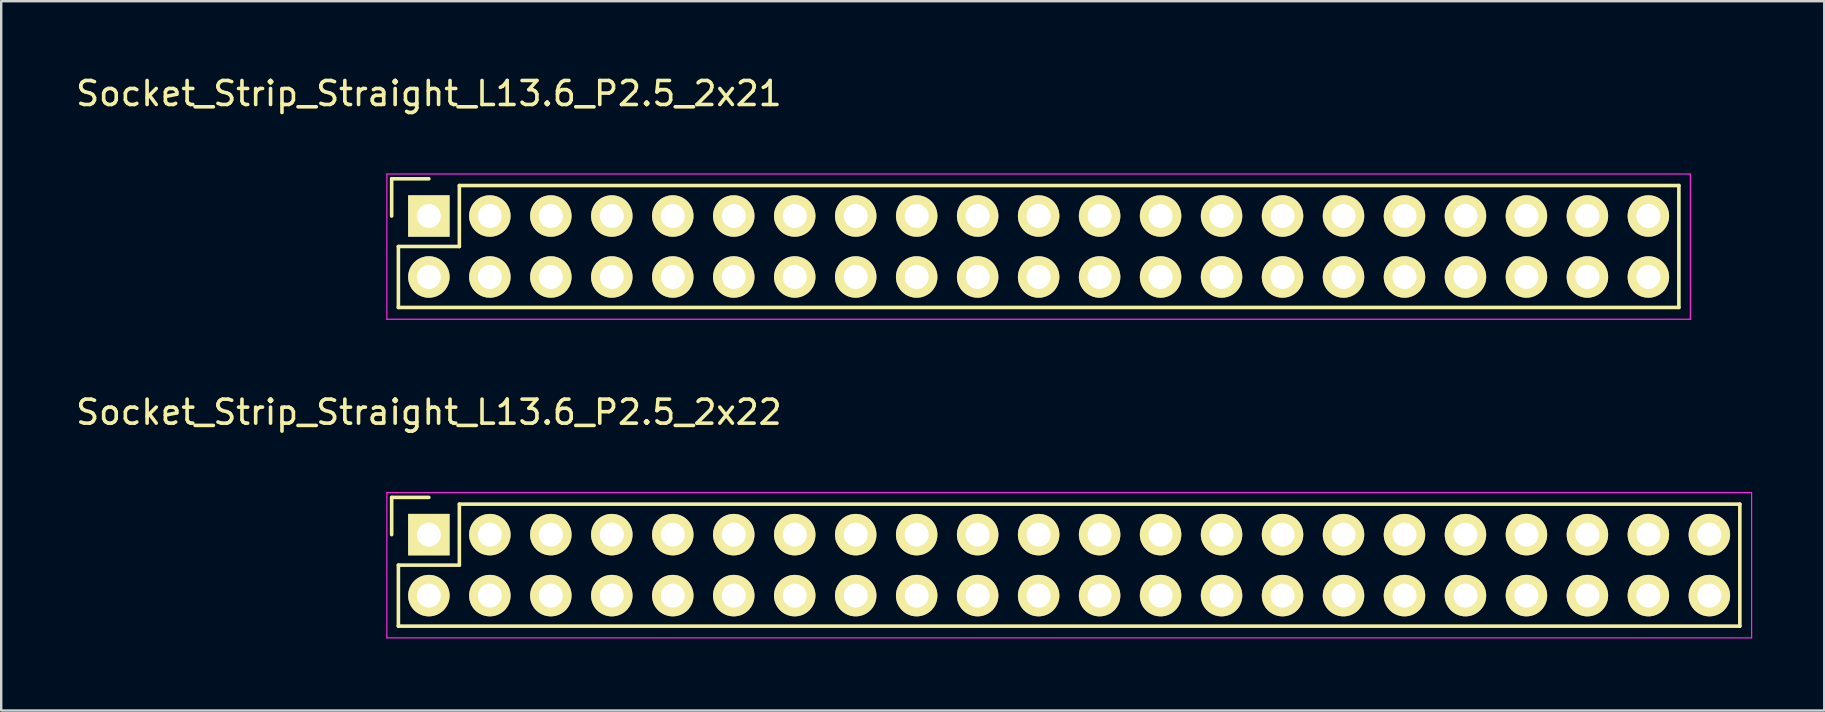
<source format=kicad_pcb>
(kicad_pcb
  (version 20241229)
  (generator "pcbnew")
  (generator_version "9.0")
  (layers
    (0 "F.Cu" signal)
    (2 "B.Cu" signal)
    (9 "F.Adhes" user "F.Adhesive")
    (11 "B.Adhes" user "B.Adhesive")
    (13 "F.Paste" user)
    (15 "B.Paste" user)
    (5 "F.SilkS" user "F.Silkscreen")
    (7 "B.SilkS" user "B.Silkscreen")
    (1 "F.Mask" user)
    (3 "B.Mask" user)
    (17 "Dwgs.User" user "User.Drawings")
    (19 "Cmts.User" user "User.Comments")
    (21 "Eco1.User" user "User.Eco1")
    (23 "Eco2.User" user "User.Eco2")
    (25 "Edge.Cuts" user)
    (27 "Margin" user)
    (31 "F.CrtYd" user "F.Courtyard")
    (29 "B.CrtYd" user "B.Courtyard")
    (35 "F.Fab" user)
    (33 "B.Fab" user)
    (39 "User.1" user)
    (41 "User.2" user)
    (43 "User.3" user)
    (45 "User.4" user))
  (footprint "Socket_Strip_Straight_L13.6_P2.5_2x21"
    (layer "F.Cu")
    (at 14.815 5.948)
    (property "Reference" "Socket_Strip_Straight_L13.6_P2.5_2x21" (at 0 -5.1 0) (layer "F.SilkS") (effects (font (size 1 1) (thickness 0.15))))
    (attr through_hole)
    (fp_line (start -1.55 -1.55) (end -1.55 0) (stroke (width 0.15) (type solid)) (layer "F.SilkS"))
    (fp_line (start -1.27 1.27) (end 1.27 1.27) (stroke (width 0.15) (type solid)) (layer "F.SilkS"))
    (fp_line (start -1.27 3.81) (end -1.27 1.27) (stroke (width 0.15) (type solid)) (layer "F.SilkS"))
    (fp_line (start 0 -1.55) (end -1.55 -1.55) (stroke (width 0.15) (type solid)) (layer "F.SilkS"))
    (fp_line (start 1.27 -1.27) (end 52.07 -1.27) (stroke (width 0.15) (type solid)) (layer "F.SilkS"))
    (fp_line (start 1.27 1.27) (end 1.27 -1.27) (stroke (width 0.15) (type solid)) (layer "F.SilkS"))
    (fp_line (start 52.07 3.81) (end -1.27 3.81) (stroke (width 0.15) (type solid)) (layer "F.SilkS"))
    (fp_line (start 52.07 3.81) (end 52.07 -1.27) (stroke (width 0.15) (type solid)) (layer "F.SilkS"))
    (fp_line (start -1.75 -1.75) (end -1.75 4.3) (stroke (width 0.05) (type solid)) (layer "F.CrtYd"))
    (fp_line (start -1.75 -1.75) (end 52.55 -1.75) (stroke (width 0.05) (type solid)) (layer "F.CrtYd"))
    (fp_line (start -1.75 4.3) (end 52.55 4.3) (stroke (width 0.05) (type solid)) (layer "F.CrtYd"))
    (fp_line (start 52.55 -1.75) (end 52.55 4.3) (stroke (width 0.05) (type solid)) (layer "F.CrtYd"))
    (pad "1" thru_hole rect (at 0 0) (size 1.727 1.727) (drill 1) (layers "*.Cu" "*.Mask" "F.SilkS"))
    (pad "2" thru_hole oval (at 0 2.54) (size 1.727 1.727) (drill 1) (layers "*.Cu" "*.Mask" "F.SilkS"))
    (pad "3" thru_hole oval (at 2.54 0) (size 1.727 1.727) (drill 1) (layers "*.Cu" "*.Mask" "F.SilkS"))
    (pad "4" thru_hole oval (at 2.54 2.54) (size 1.727 1.727) (drill 1) (layers "*.Cu" "*.Mask" "F.SilkS"))
    (pad "5" thru_hole oval (at 5.08 0) (size 1.727 1.727) (drill 1) (layers "*.Cu" "*.Mask" "F.SilkS"))
    (pad "6" thru_hole oval (at 5.08 2.54) (size 1.727 1.727) (drill 1) (layers "*.Cu" "*.Mask" "F.SilkS"))
    (pad "7" thru_hole oval (at 7.62 0) (size 1.727 1.727) (drill 1) (layers "*.Cu" "*.Mask" "F.SilkS"))
    (pad "8" thru_hole oval (at 7.62 2.54) (size 1.727 1.727) (drill 1) (layers "*.Cu" "*.Mask" "F.SilkS"))
    (pad "9" thru_hole oval (at 10.16 0) (size 1.727 1.727) (drill 1) (layers "*.Cu" "*.Mask" "F.SilkS"))
    (pad "10" thru_hole oval (at 10.16 2.54) (size 1.727 1.727) (drill 1) (layers "*.Cu" "*.Mask" "F.SilkS"))
    (pad "11" thru_hole oval (at 12.7 0) (size 1.727 1.727) (drill 1) (layers "*.Cu" "*.Mask" "F.SilkS"))
    (pad "12" thru_hole oval (at 12.7 2.54) (size 1.727 1.727) (drill 1) (layers "*.Cu" "*.Mask" "F.SilkS"))
    (pad "13" thru_hole oval (at 15.24 0) (size 1.727 1.727) (drill 1) (layers "*.Cu" "*.Mask" "F.SilkS"))
    (pad "14" thru_hole oval (at 15.24 2.54) (size 1.727 1.727) (drill 1) (layers "*.Cu" "*.Mask" "F.SilkS"))
    (pad "15" thru_hole oval (at 17.78 0) (size 1.727 1.727) (drill 1) (layers "*.Cu" "*.Mask" "F.SilkS"))
    (pad "16" thru_hole oval (at 17.78 2.54) (size 1.727 1.727) (drill 1) (layers "*.Cu" "*.Mask" "F.SilkS"))
    (pad "17" thru_hole oval (at 20.32 0) (size 1.727 1.727) (drill 1) (layers "*.Cu" "*.Mask" "F.SilkS"))
    (pad "18" thru_hole oval (at 20.32 2.54) (size 1.727 1.727) (drill 1) (layers "*.Cu" "*.Mask" "F.SilkS"))
    (pad "19" thru_hole oval (at 22.86 0) (size 1.727 1.727) (drill 1) (layers "*.Cu" "*.Mask" "F.SilkS"))
    (pad "20" thru_hole oval (at 22.86 2.54) (size 1.727 1.727) (drill 1) (layers "*.Cu" "*.Mask" "F.SilkS"))
    (pad "21" thru_hole oval (at 25.4 0) (size 1.727 1.727) (drill 1) (layers "*.Cu" "*.Mask" "F.SilkS"))
    (pad "22" thru_hole oval (at 25.4 2.54) (size 1.727 1.727) (drill 1) (layers "*.Cu" "*.Mask" "F.SilkS"))
    (pad "23" thru_hole oval (at 27.94 0) (size 1.727 1.727) (drill 1) (layers "*.Cu" "*.Mask" "F.SilkS"))
    (pad "24" thru_hole oval (at 27.94 2.54) (size 1.727 1.727) (drill 1) (layers "*.Cu" "*.Mask" "F.SilkS"))
    (pad "25" thru_hole oval (at 30.48 0) (size 1.727 1.727) (drill 1) (layers "*.Cu" "*.Mask" "F.SilkS"))
    (pad "26" thru_hole oval (at 30.48 2.54) (size 1.727 1.727) (drill 1) (layers "*.Cu" "*.Mask" "F.SilkS"))
    (pad "27" thru_hole oval (at 33.02 0) (size 1.727 1.727) (drill 1) (layers "*.Cu" "*.Mask" "F.SilkS"))
    (pad "28" thru_hole oval (at 33.02 2.54) (size 1.727 1.727) (drill 1) (layers "*.Cu" "*.Mask" "F.SilkS"))
    (pad "29" thru_hole oval (at 35.56 0) (size 1.727 1.727) (drill 1) (layers "*.Cu" "*.Mask" "F.SilkS"))
    (pad "30" thru_hole oval (at 35.56 2.54) (size 1.727 1.727) (drill 1) (layers "*.Cu" "*.Mask" "F.SilkS"))
    (pad "31" thru_hole oval (at 38.1 0) (size 1.727 1.727) (drill 1) (layers "*.Cu" "*.Mask" "F.SilkS"))
    (pad "32" thru_hole oval (at 38.1 2.54) (size 1.727 1.727) (drill 1) (layers "*.Cu" "*.Mask" "F.SilkS"))
    (pad "33" thru_hole oval (at 40.64 0) (size 1.727 1.727) (drill 1) (layers "*.Cu" "*.Mask" "F.SilkS"))
    (pad "34" thru_hole oval (at 40.64 2.54) (size 1.727 1.727) (drill 1) (layers "*.Cu" "*.Mask" "F.SilkS"))
    (pad "35" thru_hole oval (at 43.18 0) (size 1.727 1.727) (drill 1) (layers "*.Cu" "*.Mask" "F.SilkS"))
    (pad "36" thru_hole oval (at 43.18 2.54) (size 1.727 1.727) (drill 1) (layers "*.Cu" "*.Mask" "F.SilkS"))
    (pad "37" thru_hole oval (at 45.72 0) (size 1.727 1.727) (drill 1) (layers "*.Cu" "*.Mask" "F.SilkS"))
    (pad "38" thru_hole oval (at 45.72 2.54) (size 1.727 1.727) (drill 1) (layers "*.Cu" "*.Mask" "F.SilkS"))
    (pad "39" thru_hole oval (at 48.26 0) (size 1.727 1.727) (drill 1) (layers "*.Cu" "*.Mask" "F.SilkS"))
    (pad "40" thru_hole oval (at 48.26 2.54) (size 1.727 1.727) (drill 1) (layers "*.Cu" "*.Mask" "F.SilkS"))
    (pad "41" thru_hole oval (at 50.8 0) (size 1.727 1.727) (drill 1) (layers "*.Cu" "*.Mask" "F.SilkS"))
    (pad "42" thru_hole oval (at 50.8 2.54) (size 1.727 1.727) (drill 1) (layers "*.Cu" "*.Mask" "F.SilkS")))
  (footprint "Socket_Strip_Straight_L13.6_P2.5_2x22"
    (layer "F.Cu")
    (at 14.815 19.221)
    (property "Reference" "Socket_Strip_Straight_L13.6_P2.5_2x22" (at 0 -5.1 0) (layer "F.SilkS") (effects (font (size 1 1) (thickness 0.15))))
    (attr through_hole)
    (fp_line (start -1.55 -1.55) (end -1.55 0) (stroke (width 0.15) (type solid)) (layer "F.SilkS"))
    (fp_line (start -1.27 1.27) (end 1.27 1.27) (stroke (width 0.15) (type solid)) (layer "F.SilkS"))
    (fp_line (start -1.27 3.81) (end -1.27 1.27) (stroke (width 0.15) (type solid)) (layer "F.SilkS"))
    (fp_line (start 0 -1.55) (end -1.55 -1.55) (stroke (width 0.15) (type solid)) (layer "F.SilkS"))
    (fp_line (start 1.27 -1.27) (end 54.61 -1.27) (stroke (width 0.15) (type solid)) (layer "F.SilkS"))
    (fp_line (start 1.27 1.27) (end 1.27 -1.27) (stroke (width 0.15) (type solid)) (layer "F.SilkS"))
    (fp_line (start 54.61 3.81) (end -1.27 3.81) (stroke (width 0.15) (type solid)) (layer "F.SilkS"))
    (fp_line (start 54.61 3.81) (end 54.61 -1.27) (stroke (width 0.15) (type solid)) (layer "F.SilkS"))
    (fp_line (start -1.75 -1.75) (end -1.75 4.3) (stroke (width 0.05) (type solid)) (layer "F.CrtYd"))
    (fp_line (start -1.75 -1.75) (end 55.1 -1.75) (stroke (width 0.05) (type solid)) (layer "F.CrtYd"))
    (fp_line (start -1.75 4.3) (end 55.1 4.3) (stroke (width 0.05) (type solid)) (layer "F.CrtYd"))
    (fp_line (start 55.1 -1.75) (end 55.1 4.3) (stroke (width 0.05) (type solid)) (layer "F.CrtYd"))
    (pad "1" thru_hole rect (at 0 0) (size 1.727 1.727) (drill 1) (layers "*.Cu" "*.Mask" "F.SilkS"))
    (pad "2" thru_hole oval (at 0 2.54) (size 1.727 1.727) (drill 1) (layers "*.Cu" "*.Mask" "F.SilkS"))
    (pad "3" thru_hole oval (at 2.54 0) (size 1.727 1.727) (drill 1) (layers "*.Cu" "*.Mask" "F.SilkS"))
    (pad "4" thru_hole oval (at 2.54 2.54) (size 1.727 1.727) (drill 1) (layers "*.Cu" "*.Mask" "F.SilkS"))
    (pad "5" thru_hole oval (at 5.08 0) (size 1.727 1.727) (drill 1) (layers "*.Cu" "*.Mask" "F.SilkS"))
    (pad "6" thru_hole oval (at 5.08 2.54) (size 1.727 1.727) (drill 1) (layers "*.Cu" "*.Mask" "F.SilkS"))
    (pad "7" thru_hole oval (at 7.62 0) (size 1.727 1.727) (drill 1) (layers "*.Cu" "*.Mask" "F.SilkS"))
    (pad "8" thru_hole oval (at 7.62 2.54) (size 1.727 1.727) (drill 1) (layers "*.Cu" "*.Mask" "F.SilkS"))
    (pad "9" thru_hole oval (at 10.16 0) (size 1.727 1.727) (drill 1) (layers "*.Cu" "*.Mask" "F.SilkS"))
    (pad "10" thru_hole oval (at 10.16 2.54) (size 1.727 1.727) (drill 1) (layers "*.Cu" "*.Mask" "F.SilkS"))
    (pad "11" thru_hole oval (at 12.7 0) (size 1.727 1.727) (drill 1) (layers "*.Cu" "*.Mask" "F.SilkS"))
    (pad "12" thru_hole oval (at 12.7 2.54) (size 1.727 1.727) (drill 1) (layers "*.Cu" "*.Mask" "F.SilkS"))
    (pad "13" thru_hole oval (at 15.24 0) (size 1.727 1.727) (drill 1) (layers "*.Cu" "*.Mask" "F.SilkS"))
    (pad "14" thru_hole oval (at 15.24 2.54) (size 1.727 1.727) (drill 1) (layers "*.Cu" "*.Mask" "F.SilkS"))
    (pad "15" thru_hole oval (at 17.78 0) (size 1.727 1.727) (drill 1) (layers "*.Cu" "*.Mask" "F.SilkS"))
    (pad "16" thru_hole oval (at 17.78 2.54) (size 1.727 1.727) (drill 1) (layers "*.Cu" "*.Mask" "F.SilkS"))
    (pad "17" thru_hole oval (at 20.32 0) (size 1.727 1.727) (drill 1) (layers "*.Cu" "*.Mask" "F.SilkS"))
    (pad "18" thru_hole oval (at 20.32 2.54) (size 1.727 1.727) (drill 1) (layers "*.Cu" "*.Mask" "F.SilkS"))
    (pad "19" thru_hole oval (at 22.86 0) (size 1.727 1.727) (drill 1) (layers "*.Cu" "*.Mask" "F.SilkS"))
    (pad "20" thru_hole oval (at 22.86 2.54) (size 1.727 1.727) (drill 1) (layers "*.Cu" "*.Mask" "F.SilkS"))
    (pad "21" thru_hole oval (at 25.4 0) (size 1.727 1.727) (drill 1) (layers "*.Cu" "*.Mask" "F.SilkS"))
    (pad "22" thru_hole oval (at 25.4 2.54) (size 1.727 1.727) (drill 1) (layers "*.Cu" "*.Mask" "F.SilkS"))
    (pad "23" thru_hole oval (at 27.94 0) (size 1.727 1.727) (drill 1) (layers "*.Cu" "*.Mask" "F.SilkS"))
    (pad "24" thru_hole oval (at 27.94 2.54) (size 1.727 1.727) (drill 1) (layers "*.Cu" "*.Mask" "F.SilkS"))
    (pad "25" thru_hole oval (at 30.48 0) (size 1.727 1.727) (drill 1) (layers "*.Cu" "*.Mask" "F.SilkS"))
    (pad "26" thru_hole oval (at 30.48 2.54) (size 1.727 1.727) (drill 1) (layers "*.Cu" "*.Mask" "F.SilkS"))
    (pad "27" thru_hole oval (at 33.02 0) (size 1.727 1.727) (drill 1) (layers "*.Cu" "*.Mask" "F.SilkS"))
    (pad "28" thru_hole oval (at 33.02 2.54) (size 1.727 1.727) (drill 1) (layers "*.Cu" "*.Mask" "F.SilkS"))
    (pad "29" thru_hole oval (at 35.56 0) (size 1.727 1.727) (drill 1) (layers "*.Cu" "*.Mask" "F.SilkS"))
    (pad "30" thru_hole oval (at 35.56 2.54) (size 1.727 1.727) (drill 1) (layers "*.Cu" "*.Mask" "F.SilkS"))
    (pad "31" thru_hole oval (at 38.1 0) (size 1.727 1.727) (drill 1) (layers "*.Cu" "*.Mask" "F.SilkS"))
    (pad "32" thru_hole oval (at 38.1 2.54) (size 1.727 1.727) (drill 1) (layers "*.Cu" "*.Mask" "F.SilkS"))
    (pad "33" thru_hole oval (at 40.64 0) (size 1.727 1.727) (drill 1) (layers "*.Cu" "*.Mask" "F.SilkS"))
    (pad "34" thru_hole oval (at 40.64 2.54) (size 1.727 1.727) (drill 1) (layers "*.Cu" "*.Mask" "F.SilkS"))
    (pad "35" thru_hole oval (at 43.18 0) (size 1.727 1.727) (drill 1) (layers "*.Cu" "*.Mask" "F.SilkS"))
    (pad "36" thru_hole oval (at 43.18 2.54) (size 1.727 1.727) (drill 1) (layers "*.Cu" "*.Mask" "F.SilkS"))
    (pad "37" thru_hole oval (at 45.72 0) (size 1.727 1.727) (drill 1) (layers "*.Cu" "*.Mask" "F.SilkS"))
    (pad "38" thru_hole oval (at 45.72 2.54) (size 1.727 1.727) (drill 1) (layers "*.Cu" "*.Mask" "F.SilkS"))
    (pad "39" thru_hole oval (at 48.26 0) (size 1.727 1.727) (drill 1) (layers "*.Cu" "*.Mask" "F.SilkS"))
    (pad "40" thru_hole oval (at 48.26 2.54) (size 1.727 1.727) (drill 1) (layers "*.Cu" "*.Mask" "F.SilkS"))
    (pad "41" thru_hole oval (at 50.8 0) (size 1.727 1.727) (drill 1) (layers "*.Cu" "*.Mask" "F.SilkS"))
    (pad "42" thru_hole oval (at 50.8 2.54) (size 1.727 1.727) (drill 1) (layers "*.Cu" "*.Mask" "F.SilkS"))
    (pad "43" thru_hole oval (at 53.34 0) (size 1.727 1.727) (drill 1) (layers "*.Cu" "*.Mask" "F.SilkS"))
    (pad "44" thru_hole oval (at 53.34 2.54) (size 1.727 1.727) (drill 1) (layers "*.Cu" "*.Mask" "F.SilkS")))
  (gr_rect
    (start -3 -3)
    (end 72.94 26.547)
    (stroke (width 0.1) (type default))
    (fill no)
    (layer "Edge.Cuts")))
</source>
